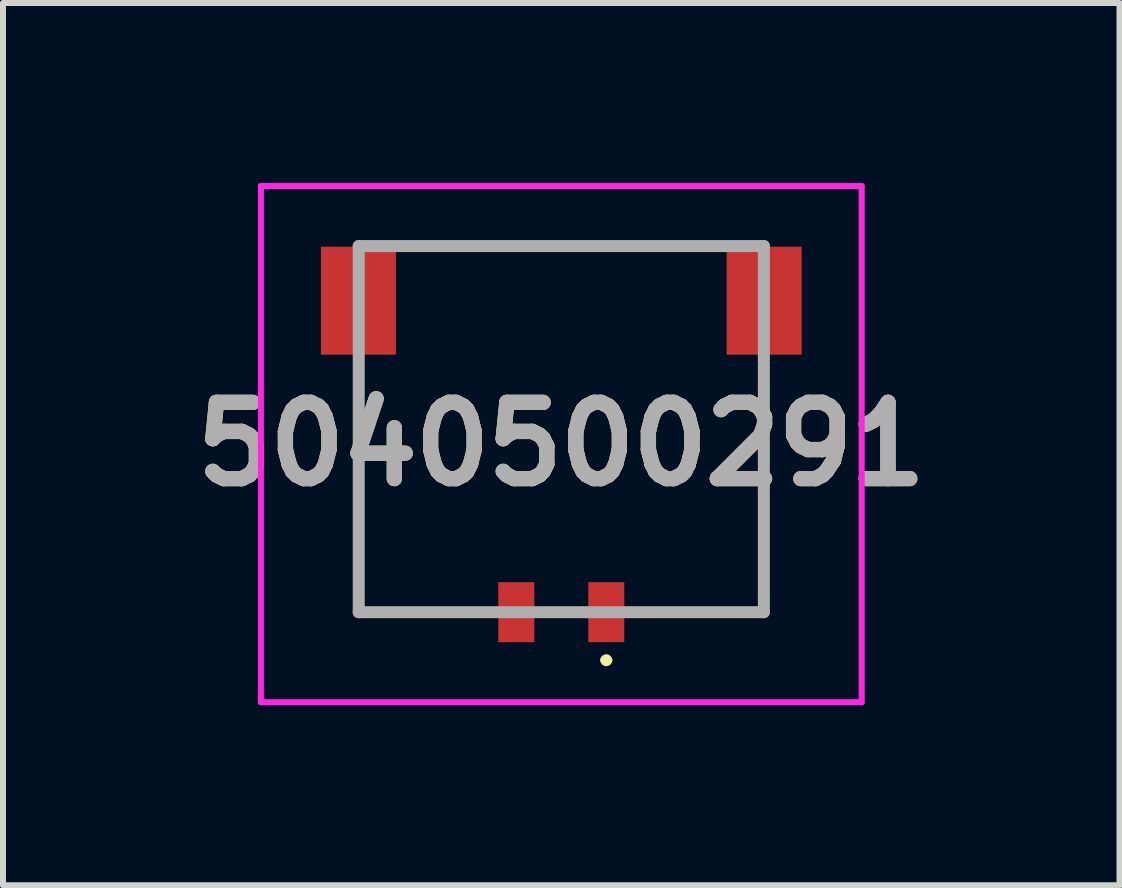
<source format=kicad_pcb>
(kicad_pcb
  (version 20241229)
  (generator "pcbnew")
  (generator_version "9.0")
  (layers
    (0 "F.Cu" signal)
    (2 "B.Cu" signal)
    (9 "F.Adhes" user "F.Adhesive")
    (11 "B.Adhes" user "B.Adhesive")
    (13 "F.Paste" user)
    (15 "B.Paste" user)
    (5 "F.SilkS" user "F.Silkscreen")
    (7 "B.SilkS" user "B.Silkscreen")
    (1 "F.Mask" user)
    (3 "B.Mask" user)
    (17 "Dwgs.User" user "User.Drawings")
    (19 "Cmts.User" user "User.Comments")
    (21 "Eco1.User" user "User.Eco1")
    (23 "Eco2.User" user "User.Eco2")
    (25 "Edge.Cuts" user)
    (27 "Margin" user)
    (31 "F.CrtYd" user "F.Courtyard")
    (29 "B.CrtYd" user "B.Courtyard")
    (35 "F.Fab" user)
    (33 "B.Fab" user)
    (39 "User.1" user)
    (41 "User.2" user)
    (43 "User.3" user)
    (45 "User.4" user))
  (footprint "5040500291"
    (layer "F.Cu")
    (at 6.302 7.15)
    (property "Reference" "5040500291" (at 0 -2.8 0) (layer "F.SilkS") (effects (font (size 1.27 1.27) (thickness 0.254))))
    (attr smd)
    (fp_line (start -3.375 0) (end -3.375 -4) (stroke (width 0.1) (type solid)) (layer "F.SilkS"))
    (fp_line (start -2.5 -6.1) (end 2.5 -6.1) (stroke (width 0.1) (type solid)) (layer "F.SilkS"))
    (fp_line (start -1.5 0) (end -3.375 0) (stroke (width 0.1) (type solid)) (layer "F.SilkS"))
    (fp_line (start 0.7 0.8) (end 0.7 0.8) (stroke (width 0.1) (type solid)) (layer "F.SilkS"))
    (fp_line (start 0.8 0.8) (end 0.8 0.8) (stroke (width 0.1) (type solid)) (layer "F.SilkS"))
    (fp_line (start 3.375 -4) (end 3.375 0) (stroke (width 0.1) (type solid)) (layer "F.SilkS"))
    (fp_line (start 3.375 0) (end 1.5 0) (stroke (width 0.1) (type solid)) (layer "F.SilkS"))
    (fp_arc (start 0.7 0.8) (mid 0.75 0.75) (end 0.8 0.8) (stroke (width 0.1) (type solid)) (layer "F.SilkS"))
    (fp_arc (start 0.8 0.8) (mid 0.75 0.85) (end 0.7 0.8) (stroke (width 0.1) (type solid)) (layer "F.SilkS"))
    (fp_line (start -5.005 -7.1) (end 5.005 -7.1) (stroke (width 0.1) (type solid)) (layer "F.CrtYd"))
    (fp_line (start -5.005 1.5) (end -5.005 -7.1) (stroke (width 0.1) (type solid)) (layer "F.CrtYd"))
    (fp_line (start 5.005 -7.1) (end 5.005 1.5) (stroke (width 0.1) (type solid)) (layer "F.CrtYd"))
    (fp_line (start 5.005 1.5) (end -5.005 1.5) (stroke (width 0.1) (type solid)) (layer "F.CrtYd"))
    (fp_line (start -3.375 -6.1) (end 3.375 -6.1) (stroke (width 0.2) (type solid)) (layer "F.Fab"))
    (fp_line (start -3.375 0) (end -3.375 -6.1) (stroke (width 0.2) (type solid)) (layer "F.Fab"))
    (fp_line (start 3.375 -6.1) (end 3.375 0) (stroke (width 0.2) (type solid)) (layer "F.Fab"))
    (fp_line (start 3.375 0) (end -3.375 0) (stroke (width 0.2) (type solid)) (layer "F.Fab"))
    (fp_text user "${REFERENCE}" (at 0 -2.8 0) (layer "F.Fab") (effects (font (size 1.27 1.27) (thickness 0.254))))
    (pad "1" smd rect (at 0.75 0) (size 0.6 1) (layers "F.Cu" "F.Mask" "F.Paste"))
    (pad "2" smd rect (at -0.75 0) (size 0.6 1) (layers "F.Cu" "F.Mask" "F.Paste"))
    (pad "3" smd rect (at -3.38 -5.19) (size 1.25 1.8) (layers "F.Cu" "F.Mask" "F.Paste"))
    (pad "4" smd rect (at 3.38 -5.19) (size 1.25 1.8) (layers "F.Cu" "F.Mask" "F.Paste")))
  (gr_rect
    (start -3 -3)
    (end 15.603 11.7)
    (stroke (width 0.1) (type default))
    (fill no)
    (layer "Edge.Cuts")))
</source>
